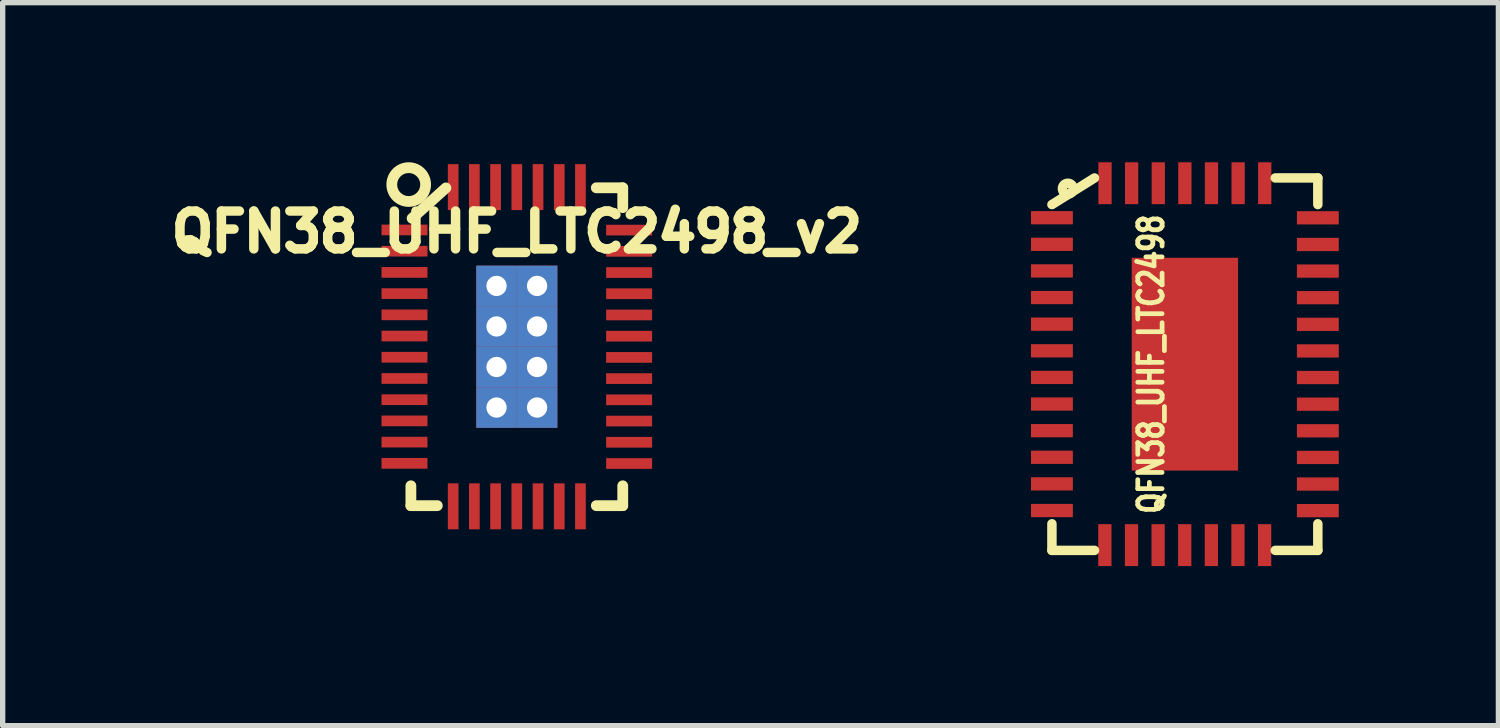
<source format=kicad_pcb>
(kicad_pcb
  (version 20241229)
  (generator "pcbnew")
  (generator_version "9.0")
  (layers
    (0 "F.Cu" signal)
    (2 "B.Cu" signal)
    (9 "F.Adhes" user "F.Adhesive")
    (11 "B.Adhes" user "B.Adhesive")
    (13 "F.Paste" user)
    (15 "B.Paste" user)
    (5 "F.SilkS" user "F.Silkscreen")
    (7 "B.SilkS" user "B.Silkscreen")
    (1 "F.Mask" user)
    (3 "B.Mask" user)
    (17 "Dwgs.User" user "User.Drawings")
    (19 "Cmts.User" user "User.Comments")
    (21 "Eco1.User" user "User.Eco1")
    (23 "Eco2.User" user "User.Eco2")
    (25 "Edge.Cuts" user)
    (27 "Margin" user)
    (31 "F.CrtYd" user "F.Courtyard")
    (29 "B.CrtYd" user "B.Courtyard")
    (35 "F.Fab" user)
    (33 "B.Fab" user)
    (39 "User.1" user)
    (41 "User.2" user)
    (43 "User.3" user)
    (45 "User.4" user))
  (footprint "QFN38_UHF_LTC2498"
    (layer "F.Cu")
    (at 19.221 3.795)
    (property "Reference" "QFN38_UHF_LTC2498" (at -0.635 0 90) (layer "F.SilkS") (effects (font (size 0.457 0.356) (thickness 0.178))))
    (attr smd)
    (fp_line (start -2.499 3) (end -2.499 3.5) (stroke (width 0.178) (type solid)) (layer "F.SilkS"))
    (fp_line (start -2.499 3.5) (end -1.699 3.5) (stroke (width 0.178) (type solid)) (layer "F.SilkS"))
    (fp_line (start -1.699 -3.5) (end -2.499 -3) (stroke (width 0.178) (type solid)) (layer "F.SilkS"))
    (fp_line (start 1.699 -3.5) (end 2.499 -3.5) (stroke (width 0.178) (type solid)) (layer "F.SilkS"))
    (fp_line (start 2.499 -3.5) (end 2.499 -3) (stroke (width 0.178) (type solid)) (layer "F.SilkS"))
    (fp_line (start 2.499 3) (end 2.499 3.5) (stroke (width 0.178) (type solid)) (layer "F.SilkS"))
    (fp_line (start 2.499 3.5) (end 1.699 3.5) (stroke (width 0.178) (type solid)) (layer "F.SilkS"))
    (fp_circle (center -2.2 -3.299) (end -2.2 -3.401) (stroke (width 0.178) (type solid)) (fill no) (layer "F.SilkS"))
    (pad "1" smd rect (at -2.499 -2.753 90) (size 0.249 0.787) (layers "F.Cu" "F.Mask" "F.Paste"))
    (pad "2" smd rect (at -2.499 -2.253 90) (size 0.249 0.787) (layers "F.Cu" "F.Mask" "F.Paste"))
    (pad "3" smd rect (at -2.499 -1.753 90) (size 0.249 0.787) (layers "F.Cu" "F.Mask" "F.Paste"))
    (pad "4" smd rect (at -2.499 -1.252 90) (size 0.249 0.787) (layers "F.Cu" "F.Mask" "F.Paste"))
    (pad "5" smd rect (at -2.499 -0.752 90) (size 0.249 0.787) (layers "F.Cu" "F.Mask" "F.Paste"))
    (pad "6" smd rect (at -2.499 -0.251 90) (size 0.249 0.787) (layers "F.Cu" "F.Mask" "F.Paste"))
    (pad "7" smd rect (at -2.499 0.249 90) (size 0.249 0.787) (layers "F.Cu" "F.Mask" "F.Paste"))
    (pad "8" smd rect (at -2.499 0.749 90) (size 0.249 0.787) (layers "F.Cu" "F.Mask" "F.Paste"))
    (pad "9" smd rect (at -2.499 1.25 90) (size 0.249 0.787) (layers "F.Cu" "F.Mask" "F.Paste"))
    (pad "10" smd rect (at -2.499 1.75 90) (size 0.249 0.787) (layers "F.Cu" "F.Mask" "F.Paste"))
    (pad "11" smd rect (at -2.499 2.25 90) (size 0.249 0.787) (layers "F.Cu" "F.Mask" "F.Paste"))
    (pad "12" smd rect (at -2.499 2.751 90) (size 0.249 0.787) (layers "F.Cu" "F.Mask" "F.Paste"))
    (pad "13" smd rect (at -1.504 3.401) (size 0.249 0.787) (layers "F.Cu" "F.Mask" "F.Paste"))
    (pad "14" smd rect (at -1.003 3.401) (size 0.249 0.787) (layers "F.Cu" "F.Mask" "F.Paste"))
    (pad "15" smd rect (at -0.503 3.401) (size 0.249 0.787) (layers "F.Cu" "F.Mask" "F.Paste"))
    (pad "16" smd rect (at -0.003 3.401) (size 0.249 0.787) (layers "F.Cu" "F.Mask" "F.Paste"))
    (pad "17" smd rect (at 0.498 3.401) (size 0.249 0.787) (layers "F.Cu" "F.Mask" "F.Paste"))
    (pad "18" smd rect (at 0.998 3.401) (size 0.249 0.787) (layers "F.Cu" "F.Mask" "F.Paste"))
    (pad "19" smd rect (at 1.499 3.401) (size 0.249 0.787) (layers "F.Cu" "F.Mask" "F.Paste"))
    (pad "20" smd rect (at 2.499 2.753 270) (size 0.249 0.787) (layers "F.Cu" "F.Mask" "F.Paste"))
    (pad "21" smd rect (at 2.499 2.253 270) (size 0.249 0.787) (layers "F.Cu" "F.Mask" "F.Paste"))
    (pad "22" smd rect (at 2.499 1.753 270) (size 0.249 0.787) (layers "F.Cu" "F.Mask" "F.Paste"))
    (pad "23" smd rect (at 2.499 1.252 270) (size 0.249 0.787) (layers "F.Cu" "F.Mask" "F.Paste"))
    (pad "24" smd rect (at 2.499 0.752 270) (size 0.249 0.787) (layers "F.Cu" "F.Mask" "F.Paste"))
    (pad "25" smd rect (at 2.499 0.251 270) (size 0.249 0.787) (layers "F.Cu" "F.Mask" "F.Paste"))
    (pad "26" smd rect (at 2.499 -0.249 270) (size 0.249 0.787) (layers "F.Cu" "F.Mask" "F.Paste"))
    (pad "27" smd rect (at 2.499 -0.749 270) (size 0.249 0.787) (layers "F.Cu" "F.Mask" "F.Paste"))
    (pad "28" smd rect (at 2.499 -1.25 270) (size 0.249 0.787) (layers "F.Cu" "F.Mask" "F.Paste"))
    (pad "29" smd rect (at 2.499 -1.75 270) (size 0.249 0.787) (layers "F.Cu" "F.Mask" "F.Paste"))
    (pad "30" smd rect (at 2.499 -2.25 270) (size 0.249 0.787) (layers "F.Cu" "F.Mask" "F.Paste"))
    (pad "31" smd rect (at 2.499 -2.751 270) (size 0.249 0.787) (layers "F.Cu" "F.Mask" "F.Paste"))
    (pad "32" smd rect (at 1.501 -3.401) (size 0.249 0.787) (layers "F.Cu" "F.Mask" "F.Paste"))
    (pad "33" smd rect (at 1.001 -3.401) (size 0.249 0.787) (layers "F.Cu" "F.Mask" "F.Paste"))
    (pad "34" smd rect (at 0.5 -3.401) (size 0.249 0.787) (layers "F.Cu" "F.Mask" "F.Paste"))
    (pad "35" smd rect (at 0 -3.401) (size 0.249 0.787) (layers "F.Cu" "F.Mask" "F.Paste"))
    (pad "36" smd rect (at -0.5 -3.401) (size 0.249 0.787) (layers "F.Cu" "F.Mask" "F.Paste"))
    (pad "37" smd rect (at -1.001 -3.401) (size 0.249 0.787) (layers "F.Cu" "F.Mask" "F.Paste"))
    (pad "38" smd rect (at -1.501 -3.401) (size 0.249 0.787) (layers "F.Cu" "F.Mask" "F.Paste"))
    (pad "39" smd rect (at 0 0) (size 1.999 4) (layers "F.Cu" "F.Mask" "F.Paste")))
  (footprint "QFN38_UHF_LTC2498_v2"
    (layer "F.Cu")
    (at 6.664 3.467)
    (property "Reference" "QFN38_UHF_LTC2498_v2" (at 0 -2.159 0) (layer "F.SilkS") (effects (font (size 0.711 0.711) (thickness 0.178))))
    (attr smd)
    (fp_line (start -1.991 2.987) (end -1.991 2.614) (stroke (width 0.203) (type solid)) (layer "F.SilkS"))
    (fp_line (start -1.494 2.987) (end -1.991 2.987) (stroke (width 0.203) (type solid)) (layer "F.SilkS"))
    (fp_line (start -1.333 -2.985) (end -1.968 -2.413) (stroke (width 0.203) (type solid)) (layer "F.SilkS"))
    (fp_line (start 1.494 2.987) (end 1.991 2.987) (stroke (width 0.203) (type solid)) (layer "F.SilkS"))
    (fp_line (start 1.991 -2.987) (end 1.494 -2.987) (stroke (width 0.203) (type solid)) (layer "F.SilkS"))
    (fp_line (start 1.991 -2.987) (end 1.991 -2.614) (stroke (width 0.203) (type solid)) (layer "F.SilkS"))
    (fp_line (start 1.991 2.987) (end 1.991 2.614) (stroke (width 0.203) (type solid)) (layer "F.SilkS"))
    (fp_circle (center -2.032 -3.048) (end -2.223 -3.302) (stroke (width 0.203) (type solid)) (fill no) (layer "F.SilkS"))
    (pad "1" smd rect (at -2.111 -2.195 90) (size 0.201 0.864) (layers "F.Cu" "F.Mask" "F.Paste"))
    (pad "2" smd rect (at -2.111 -1.796 90) (size 0.201 0.864) (layers "F.Cu" "F.Mask" "F.Paste"))
    (pad "3" smd rect (at -2.111 -1.397 90) (size 0.201 0.864) (layers "F.Cu" "F.Mask" "F.Paste"))
    (pad "4" smd rect (at -2.111 -0.998 90) (size 0.201 0.864) (layers "F.Cu" "F.Mask" "F.Paste"))
    (pad "5" smd rect (at -2.111 -0.599 90) (size 0.201 0.864) (layers "F.Cu" "F.Mask" "F.Paste"))
    (pad "6" smd rect (at -2.111 -0.201 90) (size 0.201 0.864) (layers "F.Cu" "F.Mask" "F.Paste"))
    (pad "7" smd rect (at -2.111 0.198 90) (size 0.201 0.864) (layers "F.Cu" "F.Mask" "F.Paste"))
    (pad "8" smd rect (at -2.111 0.597 90) (size 0.201 0.864) (layers "F.Cu" "F.Mask" "F.Paste"))
    (pad "9" smd rect (at -2.111 0.996 90) (size 0.201 0.864) (layers "F.Cu" "F.Mask" "F.Paste"))
    (pad "10" smd rect (at -2.111 1.394 90) (size 0.201 0.864) (layers "F.Cu" "F.Mask" "F.Paste"))
    (pad "11" smd rect (at -2.111 1.793 90) (size 0.201 0.864) (layers "F.Cu" "F.Mask" "F.Paste"))
    (pad "12" smd rect (at -2.111 2.192 90) (size 0.201 0.864) (layers "F.Cu" "F.Mask" "F.Paste"))
    (pad "15" smd rect (at -1.196 3) (size 0.201 0.864) (layers "F.Cu" "F.Mask" "F.Paste"))
    (pad "16" smd rect (at -0.798 3) (size 0.201 0.864) (layers "F.Cu" "F.Mask" "F.Paste"))
    (pad "17" smd rect (at -0.399 3) (size 0.201 0.864) (layers "F.Cu" "F.Mask" "F.Paste"))
    (pad "18" smd rect (at 0 3) (size 0.201 0.864) (layers "F.Cu" "F.Mask" "F.Paste"))
    (pad "19" smd rect (at 0.399 3) (size 0.201 0.864) (layers "F.Cu" "F.Mask" "F.Paste"))
    (pad "20" smd rect (at 0.798 3) (size 0.201 0.864) (layers "F.Cu" "F.Mask" "F.Paste"))
    (pad "21" smd rect (at 1.196 3) (size 0.201 0.864) (layers "F.Cu" "F.Mask" "F.Paste"))
    (pad "25" smd rect (at 2.111 2.195 270) (size 0.201 0.864) (layers "F.Cu" "F.Mask" "F.Paste"))
    (pad "26" smd rect (at 2.111 1.796 270) (size 0.201 0.864) (layers "F.Cu" "F.Mask" "F.Paste"))
    (pad "27" smd rect (at 2.111 1.397 270) (size 0.201 0.864) (layers "F.Cu" "F.Mask" "F.Paste"))
    (pad "28" smd rect (at 2.111 0.998 270) (size 0.201 0.864) (layers "F.Cu" "F.Mask" "F.Paste"))
    (pad "29" smd rect (at 2.111 0.599 270) (size 0.201 0.864) (layers "F.Cu" "F.Mask" "F.Paste"))
    (pad "30" smd rect (at 2.111 0.201 270) (size 0.201 0.864) (layers "F.Cu" "F.Mask" "F.Paste"))
    (pad "31" smd rect (at 2.111 -0.198 270) (size 0.201 0.864) (layers "F.Cu" "F.Mask" "F.Paste"))
    (pad "32" smd rect (at 2.111 -0.597 270) (size 0.201 0.864) (layers "F.Cu" "F.Mask" "F.Paste"))
    (pad "33" smd rect (at 2.111 -0.996 270) (size 0.201 0.864) (layers "F.Cu" "F.Mask" "F.Paste"))
    (pad "34" smd rect (at 2.111 -1.394 270) (size 0.201 0.864) (layers "F.Cu" "F.Mask" "F.Paste"))
    (pad "35" smd rect (at 2.111 -1.793 270) (size 0.201 0.864) (layers "F.Cu" "F.Mask" "F.Paste"))
    (pad "36" smd rect (at 2.111 -2.192 270) (size 0.201 0.864) (layers "F.Cu" "F.Mask" "F.Paste"))
    (pad "40" smd rect (at 1.196 -3) (size 0.201 0.864) (layers "F.Cu" "F.Mask" "F.Paste"))
    (pad "41" smd rect (at 0.798 -3) (size 0.201 0.864) (layers "F.Cu" "F.Mask" "F.Paste"))
    (pad "42" smd rect (at 0.399 -3) (size 0.201 0.864) (layers "F.Cu" "F.Mask" "F.Paste"))
    (pad "43" smd rect (at 0 -3) (size 0.201 0.864) (layers "F.Cu" "F.Mask" "F.Paste"))
    (pad "44" smd rect (at -0.399 -3) (size 0.201 0.864) (layers "F.Cu" "F.Mask" "F.Paste"))
    (pad "45" smd rect (at -0.798 -3) (size 0.201 0.864) (layers "F.Cu" "F.Mask" "F.Paste"))
    (pad "46" smd rect (at -1.196 -3) (size 0.201 0.864) (layers "F.Cu" "F.Mask" "F.Paste"))
    (pad "47" thru_hole rect (at -0.381 -1.143) (size 0.762 0.762) (drill 0.381) (layers "*.Cu" "F.Mask" "F.Paste"))
    (pad "47" thru_hole rect (at -0.381 -0.381) (size 0.762 0.762) (drill 0.381) (layers "*.Cu" "F.Mask" "F.Paste"))
    (pad "47" thru_hole rect (at -0.381 0.381) (size 0.762 0.762) (drill 0.381) (layers "*.Cu" "F.Mask" "F.Paste"))
    (pad "47" thru_hole rect (at -0.381 1.143) (size 0.762 0.762) (drill 0.381) (layers "*.Cu" "F.Mask" "F.Paste"))
    (pad "47" thru_hole rect (at 0.381 -1.143) (size 0.762 0.762) (drill 0.381) (layers "*.Cu" "F.Mask" "F.Paste"))
    (pad "47" thru_hole rect (at 0.381 -0.381) (size 0.762 0.762) (drill 0.381) (layers "*.Cu" "F.Mask" "F.Paste"))
    (pad "47" thru_hole rect (at 0.381 0.381) (size 0.762 0.762) (drill 0.381) (layers "*.Cu" "F.Mask" "F.Paste"))
    (pad "47" thru_hole rect (at 0.381 1.143) (size 0.762 0.762) (drill 0.381) (layers "*.Cu" "F.Mask" "F.Paste")))
  (gr_rect
    (start -3 -3)
    (end 25.114 10.59)
    (stroke (width 0.1) (type default))
    (fill no)
    (layer "Edge.Cuts")))
</source>
